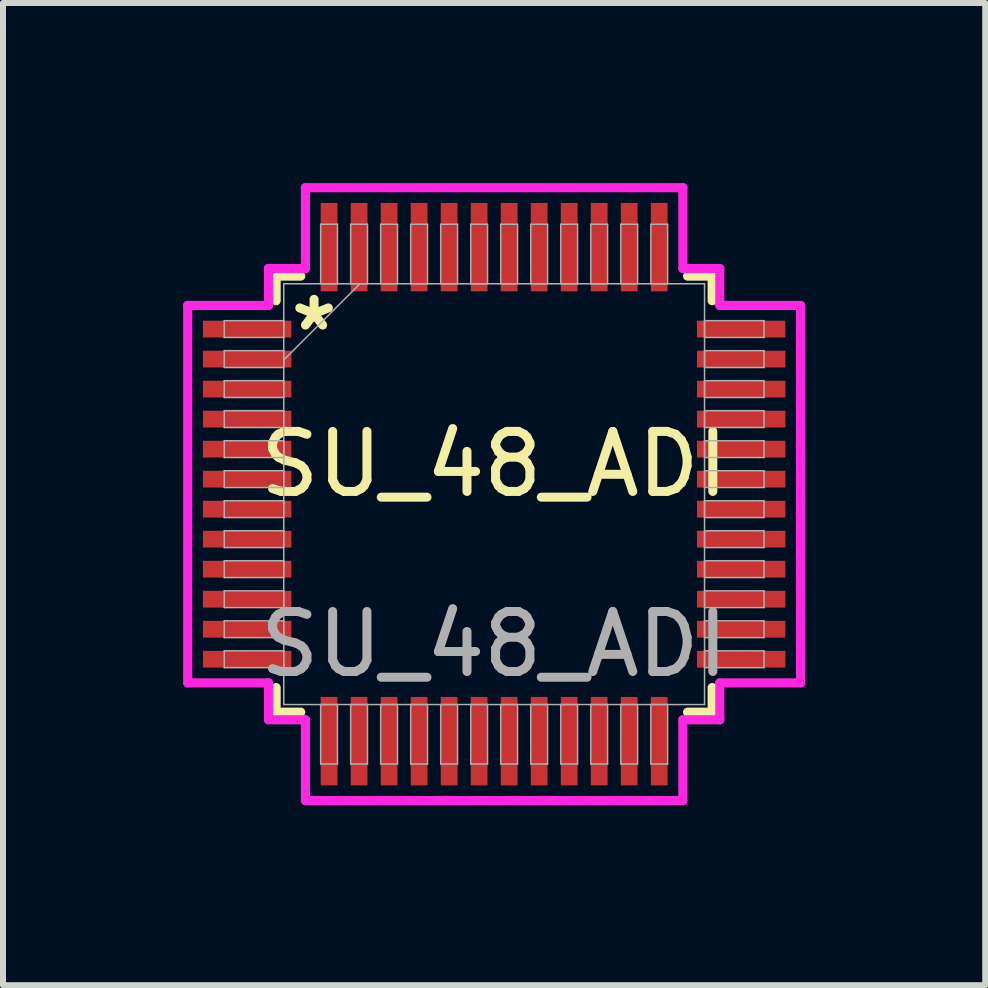
<source format=kicad_pcb>
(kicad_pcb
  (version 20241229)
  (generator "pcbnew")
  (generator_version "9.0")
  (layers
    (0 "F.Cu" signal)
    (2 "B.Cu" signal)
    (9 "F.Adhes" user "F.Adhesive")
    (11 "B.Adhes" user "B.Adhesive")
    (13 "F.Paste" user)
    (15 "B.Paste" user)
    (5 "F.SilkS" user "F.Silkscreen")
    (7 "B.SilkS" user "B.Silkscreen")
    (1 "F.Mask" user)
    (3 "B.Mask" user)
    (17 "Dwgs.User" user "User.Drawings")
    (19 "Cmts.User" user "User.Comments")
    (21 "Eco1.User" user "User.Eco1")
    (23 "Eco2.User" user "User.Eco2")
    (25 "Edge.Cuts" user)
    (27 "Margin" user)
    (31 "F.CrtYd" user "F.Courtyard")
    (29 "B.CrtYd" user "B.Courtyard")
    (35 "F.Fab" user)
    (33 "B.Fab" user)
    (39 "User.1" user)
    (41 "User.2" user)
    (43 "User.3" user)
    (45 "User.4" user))
  (footprint "SU_48_ADI"
    (layer "F.Cu")
    (at 5.182 5.182)
    (property "Reference" "SU_48_ADI" (at 0 -0.5 0) (unlocked yes) (layer "F.SilkS") (effects (font (size 1 1) (thickness 0.15))))
    (attr smd)
    (fp_line (start -3.632 -3.632) (end -3.632 -3.222) (stroke (width 0.152) (type solid)) (layer "F.SilkS"))
    (fp_line (start -3.632 3.222) (end -3.632 3.632) (stroke (width 0.152) (type solid)) (layer "F.SilkS"))
    (fp_line (start -3.632 3.632) (end -3.222 3.632) (stroke (width 0.152) (type solid)) (layer "F.SilkS"))
    (fp_line (start -3.222 -3.632) (end -3.632 -3.632) (stroke (width 0.152) (type solid)) (layer "F.SilkS"))
    (fp_line (start 3.222 3.632) (end 3.632 3.632) (stroke (width 0.152) (type solid)) (layer "F.SilkS"))
    (fp_line (start 3.632 -3.632) (end 3.222 -3.632) (stroke (width 0.152) (type solid)) (layer "F.SilkS"))
    (fp_line (start 3.632 -3.222) (end 3.632 -3.632) (stroke (width 0.152) (type solid)) (layer "F.SilkS"))
    (fp_line (start 3.632 3.632) (end 3.632 3.222) (stroke (width 0.152) (type solid)) (layer "F.SilkS"))
    (fp_line (start -5.105 -3.144) (end -3.759 -3.144) (stroke (width 0.152) (type solid)) (layer "F.CrtYd"))
    (fp_line (start -5.105 3.144) (end -5.105 -3.144) (stroke (width 0.152) (type solid)) (layer "F.CrtYd"))
    (fp_line (start -3.759 -3.759) (end -3.144 -3.759) (stroke (width 0.152) (type solid)) (layer "F.CrtYd"))
    (fp_line (start -3.759 -3.144) (end -3.759 -3.759) (stroke (width 0.152) (type solid)) (layer "F.CrtYd"))
    (fp_line (start -3.759 3.144) (end -5.105 3.144) (stroke (width 0.152) (type solid)) (layer "F.CrtYd"))
    (fp_line (start -3.759 3.759) (end -3.759 3.144) (stroke (width 0.152) (type solid)) (layer "F.CrtYd"))
    (fp_line (start -3.759 3.759) (end -3.144 3.759) (stroke (width 0.152) (type solid)) (layer "F.CrtYd"))
    (fp_line (start -3.144 -5.105) (end 3.144 -5.105) (stroke (width 0.152) (type solid)) (layer "F.CrtYd"))
    (fp_line (start -3.144 -3.759) (end -3.144 -5.105) (stroke (width 0.152) (type solid)) (layer "F.CrtYd"))
    (fp_line (start -3.144 3.759) (end -3.144 5.105) (stroke (width 0.152) (type solid)) (layer "F.CrtYd"))
    (fp_line (start -3.144 5.105) (end 3.144 5.105) (stroke (width 0.152) (type solid)) (layer "F.CrtYd"))
    (fp_line (start 3.144 -5.105) (end 3.144 -3.759) (stroke (width 0.152) (type solid)) (layer "F.CrtYd"))
    (fp_line (start 3.144 -3.759) (end 3.759 -3.759) (stroke (width 0.152) (type solid)) (layer "F.CrtYd"))
    (fp_line (start 3.144 3.759) (end 3.759 3.759) (stroke (width 0.152) (type solid)) (layer "F.CrtYd"))
    (fp_line (start 3.144 5.105) (end 3.144 3.759) (stroke (width 0.152) (type solid)) (layer "F.CrtYd"))
    (fp_line (start 3.759 -3.144) (end 3.759 -3.759) (stroke (width 0.152) (type solid)) (layer "F.CrtYd"))
    (fp_line (start 3.759 3.144) (end 5.105 3.144) (stroke (width 0.152) (type solid)) (layer "F.CrtYd"))
    (fp_line (start 3.759 3.759) (end 3.759 3.144) (stroke (width 0.152) (type solid)) (layer "F.CrtYd"))
    (fp_line (start 5.105 -3.144) (end 3.759 -3.144) (stroke (width 0.152) (type solid)) (layer "F.CrtYd"))
    (fp_line (start 5.105 3.144) (end 5.105 -3.144) (stroke (width 0.152) (type solid)) (layer "F.CrtYd"))
    (fp_line (start -4.496 -2.89) (end -4.496 -2.61) (stroke (width 0.025) (type solid)) (layer "F.Fab"))
    (fp_line (start -4.496 -2.61) (end -3.505 -2.61) (stroke (width 0.025) (type solid)) (layer "F.Fab"))
    (fp_line (start -4.496 -2.39) (end -4.496 -2.11) (stroke (width 0.025) (type solid)) (layer "F.Fab"))
    (fp_line (start -4.496 -2.11) (end -3.505 -2.11) (stroke (width 0.025) (type solid)) (layer "F.Fab"))
    (fp_line (start -4.496 -1.89) (end -4.496 -1.61) (stroke (width 0.025) (type solid)) (layer "F.Fab"))
    (fp_line (start -4.496 -1.61) (end -3.505 -1.61) (stroke (width 0.025) (type solid)) (layer "F.Fab"))
    (fp_line (start -4.496 -1.39) (end -4.496 -1.11) (stroke (width 0.025) (type solid)) (layer "F.Fab"))
    (fp_line (start -4.496 -1.11) (end -3.505 -1.11) (stroke (width 0.025) (type solid)) (layer "F.Fab"))
    (fp_line (start -4.496 -0.89) (end -4.496 -0.61) (stroke (width 0.025) (type solid)) (layer "F.Fab"))
    (fp_line (start -4.496 -0.61) (end -3.505 -0.61) (stroke (width 0.025) (type solid)) (layer "F.Fab"))
    (fp_line (start -4.496 -0.39) (end -4.496 -0.11) (stroke (width 0.025) (type solid)) (layer "F.Fab"))
    (fp_line (start -4.496 -0.11) (end -3.505 -0.11) (stroke (width 0.025) (type solid)) (layer "F.Fab"))
    (fp_line (start -4.496 0.11) (end -4.496 0.39) (stroke (width 0.025) (type solid)) (layer "F.Fab"))
    (fp_line (start -4.496 0.39) (end -3.505 0.39) (stroke (width 0.025) (type solid)) (layer "F.Fab"))
    (fp_line (start -4.496 0.61) (end -4.496 0.89) (stroke (width 0.025) (type solid)) (layer "F.Fab"))
    (fp_line (start -4.496 0.89) (end -3.505 0.89) (stroke (width 0.025) (type solid)) (layer "F.Fab"))
    (fp_line (start -4.496 1.11) (end -4.496 1.39) (stroke (width 0.025) (type solid)) (layer "F.Fab"))
    (fp_line (start -4.496 1.39) (end -3.505 1.39) (stroke (width 0.025) (type solid)) (layer "F.Fab"))
    (fp_line (start -4.496 1.61) (end -4.496 1.89) (stroke (width 0.025) (type solid)) (layer "F.Fab"))
    (fp_line (start -4.496 1.89) (end -3.505 1.89) (stroke (width 0.025) (type solid)) (layer "F.Fab"))
    (fp_line (start -4.496 2.11) (end -4.496 2.39) (stroke (width 0.025) (type solid)) (layer "F.Fab"))
    (fp_line (start -4.496 2.39) (end -3.505 2.39) (stroke (width 0.025) (type solid)) (layer "F.Fab"))
    (fp_line (start -4.496 2.61) (end -4.496 2.89) (stroke (width 0.025) (type solid)) (layer "F.Fab"))
    (fp_line (start -4.496 2.89) (end -3.505 2.89) (stroke (width 0.025) (type solid)) (layer "F.Fab"))
    (fp_line (start -3.505 -3.505) (end -3.505 -3.505) (stroke (width 0.025) (type solid)) (layer "F.Fab"))
    (fp_line (start -3.505 -3.505) (end -3.505 3.505) (stroke (width 0.025) (type solid)) (layer "F.Fab"))
    (fp_line (start -3.505 -2.89) (end -4.496 -2.89) (stroke (width 0.025) (type solid)) (layer "F.Fab"))
    (fp_line (start -3.505 -2.61) (end -3.505 -2.89) (stroke (width 0.025) (type solid)) (layer "F.Fab"))
    (fp_line (start -3.505 -2.39) (end -4.496 -2.39) (stroke (width 0.025) (type solid)) (layer "F.Fab"))
    (fp_line (start -3.505 -2.235) (end -2.235 -3.505) (stroke (width 0.025) (type solid)) (layer "F.Fab"))
    (fp_line (start -3.505 -2.11) (end -3.505 -2.39) (stroke (width 0.025) (type solid)) (layer "F.Fab"))
    (fp_line (start -3.505 -1.89) (end -4.496 -1.89) (stroke (width 0.025) (type solid)) (layer "F.Fab"))
    (fp_line (start -3.505 -1.61) (end -3.505 -1.89) (stroke (width 0.025) (type solid)) (layer "F.Fab"))
    (fp_line (start -3.505 -1.39) (end -4.496 -1.39) (stroke (width 0.025) (type solid)) (layer "F.Fab"))
    (fp_line (start -3.505 -1.11) (end -3.505 -1.39) (stroke (width 0.025) (type solid)) (layer "F.Fab"))
    (fp_line (start -3.505 -0.89) (end -4.496 -0.89) (stroke (width 0.025) (type solid)) (layer "F.Fab"))
    (fp_line (start -3.505 -0.61) (end -3.505 -0.89) (stroke (width 0.025) (type solid)) (layer "F.Fab"))
    (fp_line (start -3.505 -0.39) (end -4.496 -0.39) (stroke (width 0.025) (type solid)) (layer "F.Fab"))
    (fp_line (start -3.505 -0.11) (end -3.505 -0.39) (stroke (width 0.025) (type solid)) (layer "F.Fab"))
    (fp_line (start -3.505 0.11) (end -4.496 0.11) (stroke (width 0.025) (type solid)) (layer "F.Fab"))
    (fp_line (start -3.505 0.39) (end -3.505 0.11) (stroke (width 0.025) (type solid)) (layer "F.Fab"))
    (fp_line (start -3.505 0.61) (end -4.496 0.61) (stroke (width 0.025) (type solid)) (layer "F.Fab"))
    (fp_line (start -3.505 0.89) (end -3.505 0.61) (stroke (width 0.025) (type solid)) (layer "F.Fab"))
    (fp_line (start -3.505 1.11) (end -4.496 1.11) (stroke (width 0.025) (type solid)) (layer "F.Fab"))
    (fp_line (start -3.505 1.39) (end -3.505 1.11) (stroke (width 0.025) (type solid)) (layer "F.Fab"))
    (fp_line (start -3.505 1.61) (end -4.496 1.61) (stroke (width 0.025) (type solid)) (layer "F.Fab"))
    (fp_line (start -3.505 1.89) (end -3.505 1.61) (stroke (width 0.025) (type solid)) (layer "F.Fab"))
    (fp_line (start -3.505 2.11) (end -4.496 2.11) (stroke (width 0.025) (type solid)) (layer "F.Fab"))
    (fp_line (start -3.505 2.39) (end -3.505 2.11) (stroke (width 0.025) (type solid)) (layer "F.Fab"))
    (fp_line (start -3.505 2.61) (end -4.496 2.61) (stroke (width 0.025) (type solid)) (layer "F.Fab"))
    (fp_line (start -3.505 2.89) (end -3.505 2.61) (stroke (width 0.025) (type solid)) (layer "F.Fab"))
    (fp_line (start -3.505 3.505) (end -3.505 3.505) (stroke (width 0.025) (type solid)) (layer "F.Fab"))
    (fp_line (start -3.505 3.505) (end 3.505 3.505) (stroke (width 0.025) (type solid)) (layer "F.Fab"))
    (fp_line (start -2.89 -4.496) (end -2.89 -3.505) (stroke (width 0.025) (type solid)) (layer "F.Fab"))
    (fp_line (start -2.89 -3.505) (end -2.61 -3.505) (stroke (width 0.025) (type solid)) (layer "F.Fab"))
    (fp_line (start -2.89 3.505) (end -2.89 4.496) (stroke (width 0.025) (type solid)) (layer "F.Fab"))
    (fp_line (start -2.89 4.496) (end -2.61 4.496) (stroke (width 0.025) (type solid)) (layer "F.Fab"))
    (fp_line (start -2.61 -4.496) (end -2.89 -4.496) (stroke (width 0.025) (type solid)) (layer "F.Fab"))
    (fp_line (start -2.61 -3.505) (end -2.61 -4.496) (stroke (width 0.025) (type solid)) (layer "F.Fab"))
    (fp_line (start -2.61 3.505) (end -2.89 3.505) (stroke (width 0.025) (type solid)) (layer "F.Fab"))
    (fp_line (start -2.61 4.496) (end -2.61 3.505) (stroke (width 0.025) (type solid)) (layer "F.Fab"))
    (fp_line (start -2.39 -4.496) (end -2.39 -3.505) (stroke (width 0.025) (type solid)) (layer "F.Fab"))
    (fp_line (start -2.39 -3.505) (end -2.11 -3.505) (stroke (width 0.025) (type solid)) (layer "F.Fab"))
    (fp_line (start -2.39 3.505) (end -2.39 4.496) (stroke (width 0.025) (type solid)) (layer "F.Fab"))
    (fp_line (start -2.39 4.496) (end -2.11 4.496) (stroke (width 0.025) (type solid)) (layer "F.Fab"))
    (fp_line (start -2.11 -4.496) (end -2.39 -4.496) (stroke (width 0.025) (type solid)) (layer "F.Fab"))
    (fp_line (start -2.11 -3.505) (end -2.11 -4.496) (stroke (width 0.025) (type solid)) (layer "F.Fab"))
    (fp_line (start -2.11 3.505) (end -2.39 3.505) (stroke (width 0.025) (type solid)) (layer "F.Fab"))
    (fp_line (start -2.11 4.496) (end -2.11 3.505) (stroke (width 0.025) (type solid)) (layer "F.Fab"))
    (fp_line (start -1.89 -4.496) (end -1.89 -3.505) (stroke (width 0.025) (type solid)) (layer "F.Fab"))
    (fp_line (start -1.89 -3.505) (end -1.61 -3.505) (stroke (width 0.025) (type solid)) (layer "F.Fab"))
    (fp_line (start -1.89 3.505) (end -1.89 4.496) (stroke (width 0.025) (type solid)) (layer "F.Fab"))
    (fp_line (start -1.89 4.496) (end -1.61 4.496) (stroke (width 0.025) (type solid)) (layer "F.Fab"))
    (fp_line (start -1.61 -4.496) (end -1.89 -4.496) (stroke (width 0.025) (type solid)) (layer "F.Fab"))
    (fp_line (start -1.61 -3.505) (end -1.61 -4.496) (stroke (width 0.025) (type solid)) (layer "F.Fab"))
    (fp_line (start -1.61 3.505) (end -1.89 3.505) (stroke (width 0.025) (type solid)) (layer "F.Fab"))
    (fp_line (start -1.61 4.496) (end -1.61 3.505) (stroke (width 0.025) (type solid)) (layer "F.Fab"))
    (fp_line (start -1.39 -4.496) (end -1.39 -3.505) (stroke (width 0.025) (type solid)) (layer "F.Fab"))
    (fp_line (start -1.39 -3.505) (end -1.11 -3.505) (stroke (width 0.025) (type solid)) (layer "F.Fab"))
    (fp_line (start -1.39 3.505) (end -1.39 4.496) (stroke (width 0.025) (type solid)) (layer "F.Fab"))
    (fp_line (start -1.39 4.496) (end -1.11 4.496) (stroke (width 0.025) (type solid)) (layer "F.Fab"))
    (fp_line (start -1.11 -4.496) (end -1.39 -4.496) (stroke (width 0.025) (type solid)) (layer "F.Fab"))
    (fp_line (start -1.11 -3.505) (end -1.11 -4.496) (stroke (width 0.025) (type solid)) (layer "F.Fab"))
    (fp_line (start -1.11 3.505) (end -1.39 3.505) (stroke (width 0.025) (type solid)) (layer "F.Fab"))
    (fp_line (start -1.11 4.496) (end -1.11 3.505) (stroke (width 0.025) (type solid)) (layer "F.Fab"))
    (fp_line (start -0.89 -4.496) (end -0.89 -3.505) (stroke (width 0.025) (type solid)) (layer "F.Fab"))
    (fp_line (start -0.89 -3.505) (end -0.61 -3.505) (stroke (width 0.025) (type solid)) (layer "F.Fab"))
    (fp_line (start -0.89 3.505) (end -0.89 4.496) (stroke (width 0.025) (type solid)) (layer "F.Fab"))
    (fp_line (start -0.89 4.496) (end -0.61 4.496) (stroke (width 0.025) (type solid)) (layer "F.Fab"))
    (fp_line (start -0.61 -4.496) (end -0.89 -4.496) (stroke (width 0.025) (type solid)) (layer "F.Fab"))
    (fp_line (start -0.61 -3.505) (end -0.61 -4.496) (stroke (width 0.025) (type solid)) (layer "F.Fab"))
    (fp_line (start -0.61 3.505) (end -0.89 3.505) (stroke (width 0.025) (type solid)) (layer "F.Fab"))
    (fp_line (start -0.61 4.496) (end -0.61 3.505) (stroke (width 0.025) (type solid)) (layer "F.Fab"))
    (fp_line (start -0.39 -4.496) (end -0.39 -3.505) (stroke (width 0.025) (type solid)) (layer "F.Fab"))
    (fp_line (start -0.39 -3.505) (end -0.11 -3.505) (stroke (width 0.025) (type solid)) (layer "F.Fab"))
    (fp_line (start -0.39 3.505) (end -0.39 4.496) (stroke (width 0.025) (type solid)) (layer "F.Fab"))
    (fp_line (start -0.39 4.496) (end -0.11 4.496) (stroke (width 0.025) (type solid)) (layer "F.Fab"))
    (fp_line (start -0.11 -4.496) (end -0.39 -4.496) (stroke (width 0.025) (type solid)) (layer "F.Fab"))
    (fp_line (start -0.11 -3.505) (end -0.11 -4.496) (stroke (width 0.025) (type solid)) (layer "F.Fab"))
    (fp_line (start -0.11 3.505) (end -0.39 3.505) (stroke (width 0.025) (type solid)) (layer "F.Fab"))
    (fp_line (start -0.11 4.496) (end -0.11 3.505) (stroke (width 0.025) (type solid)) (layer "F.Fab"))
    (fp_line (start 0.11 -4.496) (end 0.11 -3.505) (stroke (width 0.025) (type solid)) (layer "F.Fab"))
    (fp_line (start 0.11 -3.505) (end 0.39 -3.505) (stroke (width 0.025) (type solid)) (layer "F.Fab"))
    (fp_line (start 0.11 3.505) (end 0.11 4.496) (stroke (width 0.025) (type solid)) (layer "F.Fab"))
    (fp_line (start 0.11 4.496) (end 0.39 4.496) (stroke (width 0.025) (type solid)) (layer "F.Fab"))
    (fp_line (start 0.39 -4.496) (end 0.11 -4.496) (stroke (width 0.025) (type solid)) (layer "F.Fab"))
    (fp_line (start 0.39 -3.505) (end 0.39 -4.496) (stroke (width 0.025) (type solid)) (layer "F.Fab"))
    (fp_line (start 0.39 3.505) (end 0.11 3.505) (stroke (width 0.025) (type solid)) (layer "F.Fab"))
    (fp_line (start 0.39 4.496) (end 0.39 3.505) (stroke (width 0.025) (type solid)) (layer "F.Fab"))
    (fp_line (start 0.61 -4.496) (end 0.61 -3.505) (stroke (width 0.025) (type solid)) (layer "F.Fab"))
    (fp_line (start 0.61 -3.505) (end 0.89 -3.505) (stroke (width 0.025) (type solid)) (layer "F.Fab"))
    (fp_line (start 0.61 3.505) (end 0.61 4.496) (stroke (width 0.025) (type solid)) (layer "F.Fab"))
    (fp_line (start 0.61 4.496) (end 0.89 4.496) (stroke (width 0.025) (type solid)) (layer "F.Fab"))
    (fp_line (start 0.89 -4.496) (end 0.61 -4.496) (stroke (width 0.025) (type solid)) (layer "F.Fab"))
    (fp_line (start 0.89 -3.505) (end 0.89 -4.496) (stroke (width 0.025) (type solid)) (layer "F.Fab"))
    (fp_line (start 0.89 3.505) (end 0.61 3.505) (stroke (width 0.025) (type solid)) (layer "F.Fab"))
    (fp_line (start 0.89 4.496) (end 0.89 3.505) (stroke (width 0.025) (type solid)) (layer "F.Fab"))
    (fp_line (start 1.11 -4.496) (end 1.11 -3.505) (stroke (width 0.025) (type solid)) (layer "F.Fab"))
    (fp_line (start 1.11 -3.505) (end 1.39 -3.505) (stroke (width 0.025) (type solid)) (layer "F.Fab"))
    (fp_line (start 1.11 3.505) (end 1.11 4.496) (stroke (width 0.025) (type solid)) (layer "F.Fab"))
    (fp_line (start 1.11 4.496) (end 1.39 4.496) (stroke (width 0.025) (type solid)) (layer "F.Fab"))
    (fp_line (start 1.39 -4.496) (end 1.11 -4.496) (stroke (width 0.025) (type solid)) (layer "F.Fab"))
    (fp_line (start 1.39 -3.505) (end 1.39 -4.496) (stroke (width 0.025) (type solid)) (layer "F.Fab"))
    (fp_line (start 1.39 3.505) (end 1.11 3.505) (stroke (width 0.025) (type solid)) (layer "F.Fab"))
    (fp_line (start 1.39 4.496) (end 1.39 3.505) (stroke (width 0.025) (type solid)) (layer "F.Fab"))
    (fp_line (start 1.61 -4.496) (end 1.61 -3.505) (stroke (width 0.025) (type solid)) (layer "F.Fab"))
    (fp_line (start 1.61 -3.505) (end 1.89 -3.505) (stroke (width 0.025) (type solid)) (layer "F.Fab"))
    (fp_line (start 1.61 3.505) (end 1.61 4.496) (stroke (width 0.025) (type solid)) (layer "F.Fab"))
    (fp_line (start 1.61 4.496) (end 1.89 4.496) (stroke (width 0.025) (type solid)) (layer "F.Fab"))
    (fp_line (start 1.89 -4.496) (end 1.61 -4.496) (stroke (width 0.025) (type solid)) (layer "F.Fab"))
    (fp_line (start 1.89 -3.505) (end 1.89 -4.496) (stroke (width 0.025) (type solid)) (layer "F.Fab"))
    (fp_line (start 1.89 3.505) (end 1.61 3.505) (stroke (width 0.025) (type solid)) (layer "F.Fab"))
    (fp_line (start 1.89 4.496) (end 1.89 3.505) (stroke (width 0.025) (type solid)) (layer "F.Fab"))
    (fp_line (start 2.11 -4.496) (end 2.11 -3.505) (stroke (width 0.025) (type solid)) (layer "F.Fab"))
    (fp_line (start 2.11 -3.505) (end 2.39 -3.505) (stroke (width 0.025) (type solid)) (layer "F.Fab"))
    (fp_line (start 2.11 3.505) (end 2.11 4.496) (stroke (width 0.025) (type solid)) (layer "F.Fab"))
    (fp_line (start 2.11 4.496) (end 2.39 4.496) (stroke (width 0.025) (type solid)) (layer "F.Fab"))
    (fp_line (start 2.39 -4.496) (end 2.11 -4.496) (stroke (width 0.025) (type solid)) (layer "F.Fab"))
    (fp_line (start 2.39 -3.505) (end 2.39 -4.496) (stroke (width 0.025) (type solid)) (layer "F.Fab"))
    (fp_line (start 2.39 3.505) (end 2.11 3.505) (stroke (width 0.025) (type solid)) (layer "F.Fab"))
    (fp_line (start 2.39 4.496) (end 2.39 3.505) (stroke (width 0.025) (type solid)) (layer "F.Fab"))
    (fp_line (start 2.61 -4.496) (end 2.61 -3.505) (stroke (width 0.025) (type solid)) (layer "F.Fab"))
    (fp_line (start 2.61 -3.505) (end 2.89 -3.505) (stroke (width 0.025) (type solid)) (layer "F.Fab"))
    (fp_line (start 2.61 3.505) (end 2.61 4.496) (stroke (width 0.025) (type solid)) (layer "F.Fab"))
    (fp_line (start 2.61 4.496) (end 2.89 4.496) (stroke (width 0.025) (type solid)) (layer "F.Fab"))
    (fp_line (start 2.89 -4.496) (end 2.61 -4.496) (stroke (width 0.025) (type solid)) (layer "F.Fab"))
    (fp_line (start 2.89 -3.505) (end 2.89 -4.496) (stroke (width 0.025) (type solid)) (layer "F.Fab"))
    (fp_line (start 2.89 3.505) (end 2.61 3.505) (stroke (width 0.025) (type solid)) (layer "F.Fab"))
    (fp_line (start 2.89 4.496) (end 2.89 3.505) (stroke (width 0.025) (type solid)) (layer "F.Fab"))
    (fp_line (start 3.505 -3.505) (end -3.505 -3.505) (stroke (width 0.025) (type solid)) (layer "F.Fab"))
    (fp_line (start 3.505 -3.505) (end 3.505 -3.505) (stroke (width 0.025) (type solid)) (layer "F.Fab"))
    (fp_line (start 3.505 -2.89) (end 3.505 -2.61) (stroke (width 0.025) (type solid)) (layer "F.Fab"))
    (fp_line (start 3.505 -2.61) (end 4.496 -2.61) (stroke (width 0.025) (type solid)) (layer "F.Fab"))
    (fp_line (start 3.505 -2.39) (end 3.505 -2.11) (stroke (width 0.025) (type solid)) (layer "F.Fab"))
    (fp_line (start 3.505 -2.11) (end 4.496 -2.11) (stroke (width 0.025) (type solid)) (layer "F.Fab"))
    (fp_line (start 3.505 -1.89) (end 3.505 -1.61) (stroke (width 0.025) (type solid)) (layer "F.Fab"))
    (fp_line (start 3.505 -1.61) (end 4.496 -1.61) (stroke (width 0.025) (type solid)) (layer "F.Fab"))
    (fp_line (start 3.505 -1.39) (end 3.505 -1.11) (stroke (width 0.025) (type solid)) (layer "F.Fab"))
    (fp_line (start 3.505 -1.11) (end 4.496 -1.11) (stroke (width 0.025) (type solid)) (layer "F.Fab"))
    (fp_line (start 3.505 -0.89) (end 3.505 -0.61) (stroke (width 0.025) (type solid)) (layer "F.Fab"))
    (fp_line (start 3.505 -0.61) (end 4.496 -0.61) (stroke (width 0.025) (type solid)) (layer "F.Fab"))
    (fp_line (start 3.505 -0.39) (end 3.505 -0.11) (stroke (width 0.025) (type solid)) (layer "F.Fab"))
    (fp_line (start 3.505 -0.11) (end 4.496 -0.11) (stroke (width 0.025) (type solid)) (layer "F.Fab"))
    (fp_line (start 3.505 0.11) (end 3.505 0.39) (stroke (width 0.025) (type solid)) (layer "F.Fab"))
    (fp_line (start 3.505 0.39) (end 4.496 0.39) (stroke (width 0.025) (type solid)) (layer "F.Fab"))
    (fp_line (start 3.505 0.61) (end 3.505 0.89) (stroke (width 0.025) (type solid)) (layer "F.Fab"))
    (fp_line (start 3.505 0.89) (end 4.496 0.89) (stroke (width 0.025) (type solid)) (layer "F.Fab"))
    (fp_line (start 3.505 1.11) (end 3.505 1.39) (stroke (width 0.025) (type solid)) (layer "F.Fab"))
    (fp_line (start 3.505 1.39) (end 4.496 1.39) (stroke (width 0.025) (type solid)) (layer "F.Fab"))
    (fp_line (start 3.505 1.61) (end 3.505 1.89) (stroke (width 0.025) (type solid)) (layer "F.Fab"))
    (fp_line (start 3.505 1.89) (end 4.496 1.89) (stroke (width 0.025) (type solid)) (layer "F.Fab"))
    (fp_line (start 3.505 2.11) (end 3.505 2.39) (stroke (width 0.025) (type solid)) (layer "F.Fab"))
    (fp_line (start 3.505 2.39) (end 4.496 2.39) (stroke (width 0.025) (type solid)) (layer "F.Fab"))
    (fp_line (start 3.505 2.61) (end 3.505 2.89) (stroke (width 0.025) (type solid)) (layer "F.Fab"))
    (fp_line (start 3.505 2.89) (end 4.496 2.89) (stroke (width 0.025) (type solid)) (layer "F.Fab"))
    (fp_line (start 3.505 3.505) (end 3.505 -3.505) (stroke (width 0.025) (type solid)) (layer "F.Fab"))
    (fp_line (start 3.505 3.505) (end 3.505 3.505) (stroke (width 0.025) (type solid)) (layer "F.Fab"))
    (fp_line (start 4.496 -2.89) (end 3.505 -2.89) (stroke (width 0.025) (type solid)) (layer "F.Fab"))
    (fp_line (start 4.496 -2.61) (end 4.496 -2.89) (stroke (width 0.025) (type solid)) (layer "F.Fab"))
    (fp_line (start 4.496 -2.39) (end 3.505 -2.39) (stroke (width 0.025) (type solid)) (layer "F.Fab"))
    (fp_line (start 4.496 -2.11) (end 4.496 -2.39) (stroke (width 0.025) (type solid)) (layer "F.Fab"))
    (fp_line (start 4.496 -1.89) (end 3.505 -1.89) (stroke (width 0.025) (type solid)) (layer "F.Fab"))
    (fp_line (start 4.496 -1.61) (end 4.496 -1.89) (stroke (width 0.025) (type solid)) (layer "F.Fab"))
    (fp_line (start 4.496 -1.39) (end 3.505 -1.39) (stroke (width 0.025) (type solid)) (layer "F.Fab"))
    (fp_line (start 4.496 -1.11) (end 4.496 -1.39) (stroke (width 0.025) (type solid)) (layer "F.Fab"))
    (fp_line (start 4.496 -0.89) (end 3.505 -0.89) (stroke (width 0.025) (type solid)) (layer "F.Fab"))
    (fp_line (start 4.496 -0.61) (end 4.496 -0.89) (stroke (width 0.025) (type solid)) (layer "F.Fab"))
    (fp_line (start 4.496 -0.39) (end 3.505 -0.39) (stroke (width 0.025) (type solid)) (layer "F.Fab"))
    (fp_line (start 4.496 -0.11) (end 4.496 -0.39) (stroke (width 0.025) (type solid)) (layer "F.Fab"))
    (fp_line (start 4.496 0.11) (end 3.505 0.11) (stroke (width 0.025) (type solid)) (layer "F.Fab"))
    (fp_line (start 4.496 0.39) (end 4.496 0.11) (stroke (width 0.025) (type solid)) (layer "F.Fab"))
    (fp_line (start 4.496 0.61) (end 3.505 0.61) (stroke (width 0.025) (type solid)) (layer "F.Fab"))
    (fp_line (start 4.496 0.89) (end 4.496 0.61) (stroke (width 0.025) (type solid)) (layer "F.Fab"))
    (fp_line (start 4.496 1.11) (end 3.505 1.11) (stroke (width 0.025) (type solid)) (layer "F.Fab"))
    (fp_line (start 4.496 1.39) (end 4.496 1.11) (stroke (width 0.025) (type solid)) (layer "F.Fab"))
    (fp_line (start 4.496 1.61) (end 3.505 1.61) (stroke (width 0.025) (type solid)) (layer "F.Fab"))
    (fp_line (start 4.496 1.89) (end 4.496 1.61) (stroke (width 0.025) (type solid)) (layer "F.Fab"))
    (fp_line (start 4.496 2.11) (end 3.505 2.11) (stroke (width 0.025) (type solid)) (layer "F.Fab"))
    (fp_line (start 4.496 2.39) (end 4.496 2.11) (stroke (width 0.025) (type solid)) (layer "F.Fab"))
    (fp_line (start 4.496 2.61) (end 3.505 2.61) (stroke (width 0.025) (type solid)) (layer "F.Fab"))
    (fp_line (start 4.496 2.89) (end 4.496 2.61) (stroke (width 0.025) (type solid)) (layer "F.Fab"))
    (fp_text user "*" (at -3 -2.7 0) (unlocked yes) (layer "F.SilkS") (effects (font (size 1 1) (thickness 0.15))))
    (fp_text user "${REFERENCE}" (at 0 2.5 0) (unlocked yes) (layer "F.Fab") (effects (font (size 1 1) (thickness 0.15))))
    (pad "1" smd rect (at -4.115 -2.75 90) (size 0.279 1.473) (layers "F.Cu" "F.Mask" "F.Paste"))
    (pad "2" smd rect (at -4.115 -2.25 90) (size 0.279 1.473) (layers "F.Cu" "F.Mask" "F.Paste"))
    (pad "3" smd rect (at -4.115 -1.75 90) (size 0.279 1.473) (layers "F.Cu" "F.Mask" "F.Paste"))
    (pad "4" smd rect (at -4.115 -1.25 90) (size 0.279 1.473) (layers "F.Cu" "F.Mask" "F.Paste"))
    (pad "5" smd rect (at -4.115 -0.75 90) (size 0.279 1.473) (layers "F.Cu" "F.Mask" "F.Paste"))
    (pad "6" smd rect (at -4.115 -0.25 90) (size 0.279 1.473) (layers "F.Cu" "F.Mask" "F.Paste"))
    (pad "7" smd rect (at -4.115 0.25 90) (size 0.279 1.473) (layers "F.Cu" "F.Mask" "F.Paste"))
    (pad "8" smd rect (at -4.115 0.75 90) (size 0.279 1.473) (layers "F.Cu" "F.Mask" "F.Paste"))
    (pad "9" smd rect (at -4.115 1.25 90) (size 0.279 1.473) (layers "F.Cu" "F.Mask" "F.Paste"))
    (pad "10" smd rect (at -4.115 1.75 90) (size 0.279 1.473) (layers "F.Cu" "F.Mask" "F.Paste"))
    (pad "11" smd rect (at -4.115 2.25 90) (size 0.279 1.473) (layers "F.Cu" "F.Mask" "F.Paste"))
    (pad "12" smd rect (at -4.115 2.75 90) (size 0.279 1.473) (layers "F.Cu" "F.Mask" "F.Paste"))
    (pad "13" smd rect (at -2.75 4.115) (size 0.279 1.473) (layers "F.Cu" "F.Mask" "F.Paste"))
    (pad "14" smd rect (at -2.25 4.115) (size 0.279 1.473) (layers "F.Cu" "F.Mask" "F.Paste"))
    (pad "15" smd rect (at -1.75 4.115) (size 0.279 1.473) (layers "F.Cu" "F.Mask" "F.Paste"))
    (pad "16" smd rect (at -1.25 4.115) (size 0.279 1.473) (layers "F.Cu" "F.Mask" "F.Paste"))
    (pad "17" smd rect (at -0.75 4.115) (size 0.279 1.473) (layers "F.Cu" "F.Mask" "F.Paste"))
    (pad "18" smd rect (at -0.25 4.115) (size 0.279 1.473) (layers "F.Cu" "F.Mask" "F.Paste"))
    (pad "19" smd rect (at 0.25 4.115) (size 0.279 1.473) (layers "F.Cu" "F.Mask" "F.Paste"))
    (pad "20" smd rect (at 0.75 4.115) (size 0.279 1.473) (layers "F.Cu" "F.Mask" "F.Paste"))
    (pad "21" smd rect (at 1.25 4.115) (size 0.279 1.473) (layers "F.Cu" "F.Mask" "F.Paste"))
    (pad "22" smd rect (at 1.75 4.115) (size 0.279 1.473) (layers "F.Cu" "F.Mask" "F.Paste"))
    (pad "23" smd rect (at 2.25 4.115) (size 0.279 1.473) (layers "F.Cu" "F.Mask" "F.Paste"))
    (pad "24" smd rect (at 2.75 4.115) (size 0.279 1.473) (layers "F.Cu" "F.Mask" "F.Paste"))
    (pad "25" smd rect (at 4.115 2.75 90) (size 0.279 1.473) (layers "F.Cu" "F.Mask" "F.Paste"))
    (pad "26" smd rect (at 4.115 2.25 90) (size 0.279 1.473) (layers "F.Cu" "F.Mask" "F.Paste"))
    (pad "27" smd rect (at 4.115 1.75 90) (size 0.279 1.473) (layers "F.Cu" "F.Mask" "F.Paste"))
    (pad "28" smd rect (at 4.115 1.25 90) (size 0.279 1.473) (layers "F.Cu" "F.Mask" "F.Paste"))
    (pad "29" smd rect (at 4.115 0.75 90) (size 0.279 1.473) (layers "F.Cu" "F.Mask" "F.Paste"))
    (pad "30" smd rect (at 4.115 0.25 90) (size 0.279 1.473) (layers "F.Cu" "F.Mask" "F.Paste"))
    (pad "31" smd rect (at 4.115 -0.25 90) (size 0.279 1.473) (layers "F.Cu" "F.Mask" "F.Paste"))
    (pad "32" smd rect (at 4.115 -0.75 90) (size 0.279 1.473) (layers "F.Cu" "F.Mask" "F.Paste"))
    (pad "33" smd rect (at 4.115 -1.25 90) (size 0.279 1.473) (layers "F.Cu" "F.Mask" "F.Paste"))
    (pad "34" smd rect (at 4.115 -1.75 90) (size 0.279 1.473) (layers "F.Cu" "F.Mask" "F.Paste"))
    (pad "35" smd rect (at 4.115 -2.25 90) (size 0.279 1.473) (layers "F.Cu" "F.Mask" "F.Paste"))
    (pad "36" smd rect (at 4.115 -2.75 90) (size 0.279 1.473) (layers "F.Cu" "F.Mask" "F.Paste"))
    (pad "37" smd rect (at 2.75 -4.115) (size 0.279 1.473) (layers "F.Cu" "F.Mask" "F.Paste"))
    (pad "38" smd rect (at 2.25 -4.115) (size 0.279 1.473) (layers "F.Cu" "F.Mask" "F.Paste"))
    (pad "39" smd rect (at 1.75 -4.115) (size 0.279 1.473) (layers "F.Cu" "F.Mask" "F.Paste"))
    (pad "40" smd rect (at 1.25 -4.115) (size 0.279 1.473) (layers "F.Cu" "F.Mask" "F.Paste"))
    (pad "41" smd rect (at 0.75 -4.115) (size 0.279 1.473) (layers "F.Cu" "F.Mask" "F.Paste"))
    (pad "42" smd rect (at 0.25 -4.115) (size 0.279 1.473) (layers "F.Cu" "F.Mask" "F.Paste"))
    (pad "43" smd rect (at -0.25 -4.115) (size 0.279 1.473) (layers "F.Cu" "F.Mask" "F.Paste"))
    (pad "44" smd rect (at -0.75 -4.115) (size 0.279 1.473) (layers "F.Cu" "F.Mask" "F.Paste"))
    (pad "45" smd rect (at -1.25 -4.115) (size 0.279 1.473) (layers "F.Cu" "F.Mask" "F.Paste"))
    (pad "46" smd rect (at -1.75 -4.115) (size 0.279 1.473) (layers "F.Cu" "F.Mask" "F.Paste"))
    (pad "47" smd rect (at -2.25 -4.115) (size 0.279 1.473) (layers "F.Cu" "F.Mask" "F.Paste"))
    (pad "48" smd rect (at -2.75 -4.115) (size 0.279 1.473) (layers "F.Cu" "F.Mask" "F.Paste")))
  (gr_rect
    (start -3 -3)
    (end 13.363 13.363)
    (stroke (width 0.1) (type default))
    (fill no)
    (layer "Edge.Cuts")))
</source>
